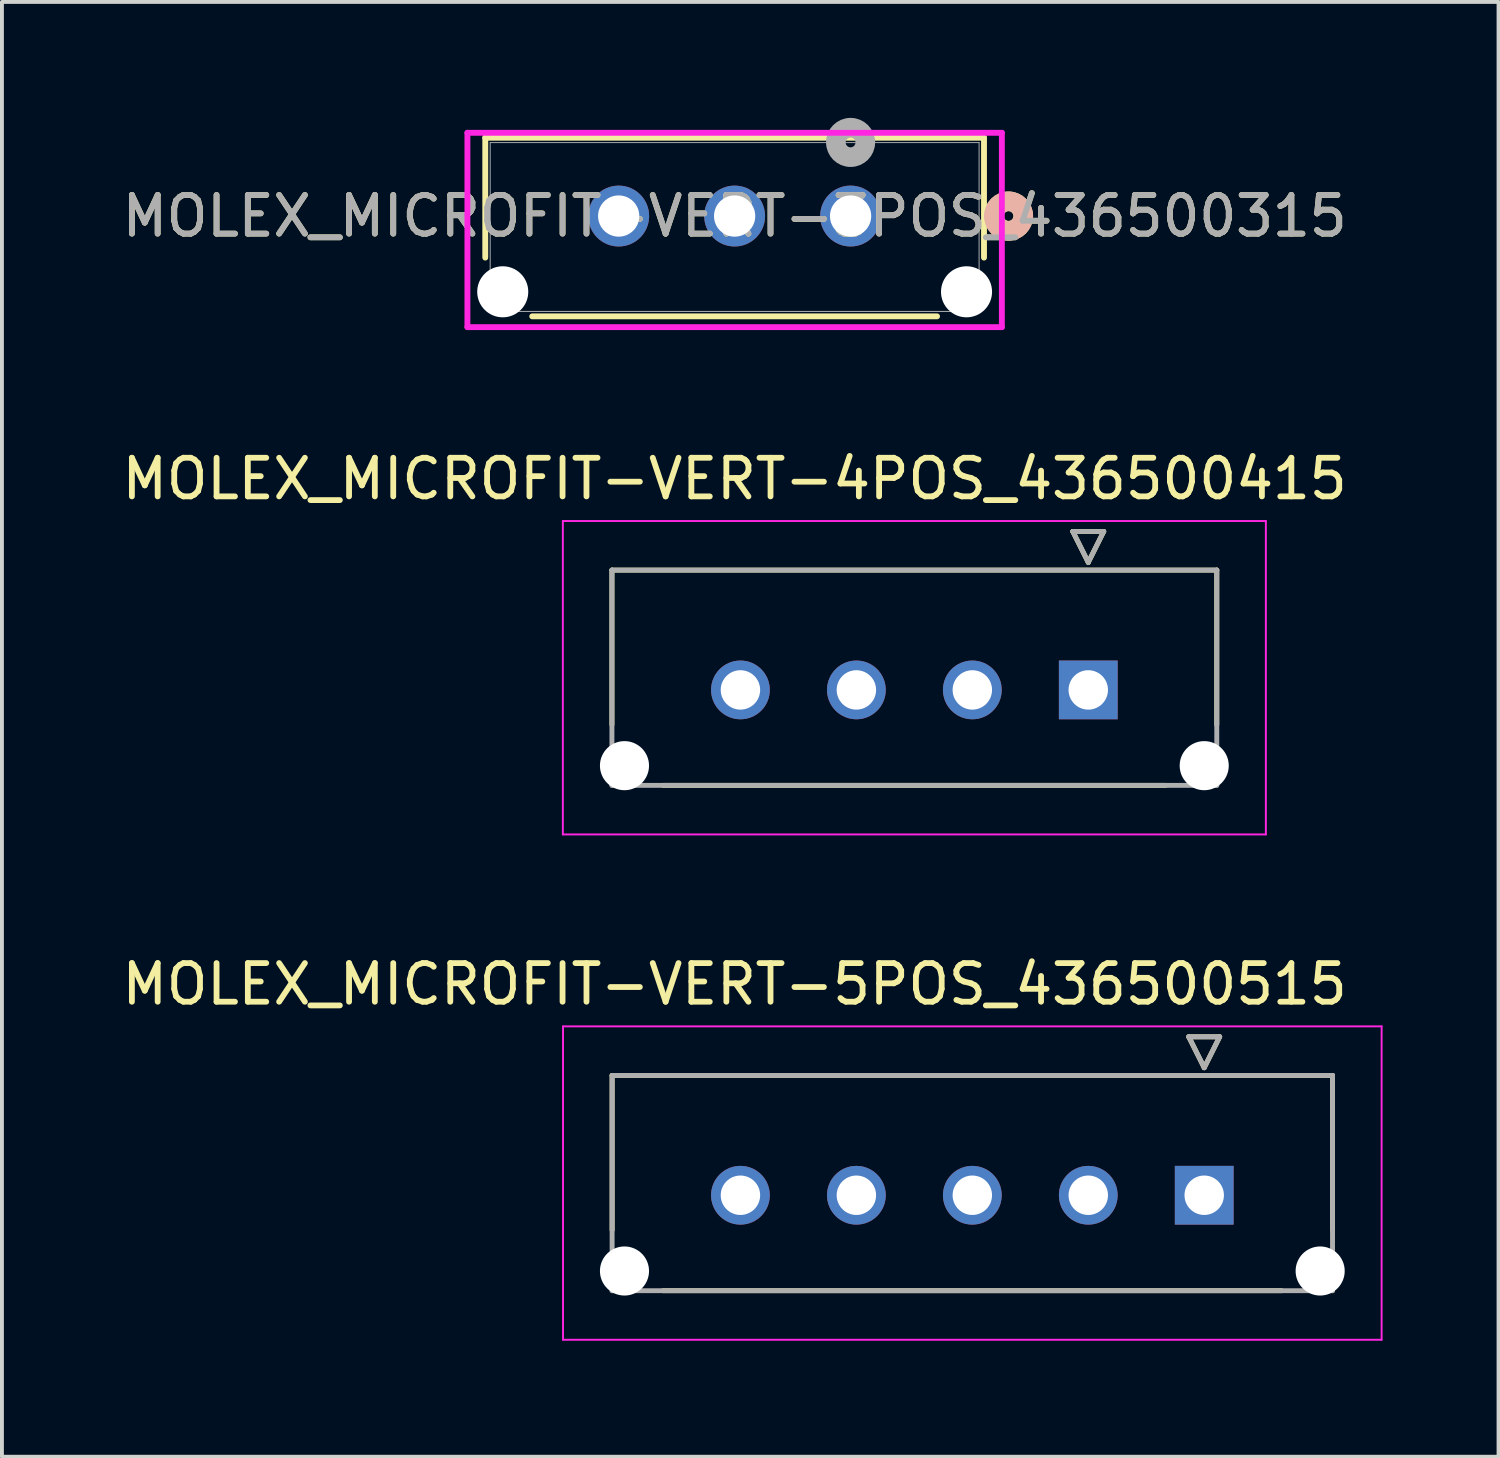
<source format=kicad_pcb>
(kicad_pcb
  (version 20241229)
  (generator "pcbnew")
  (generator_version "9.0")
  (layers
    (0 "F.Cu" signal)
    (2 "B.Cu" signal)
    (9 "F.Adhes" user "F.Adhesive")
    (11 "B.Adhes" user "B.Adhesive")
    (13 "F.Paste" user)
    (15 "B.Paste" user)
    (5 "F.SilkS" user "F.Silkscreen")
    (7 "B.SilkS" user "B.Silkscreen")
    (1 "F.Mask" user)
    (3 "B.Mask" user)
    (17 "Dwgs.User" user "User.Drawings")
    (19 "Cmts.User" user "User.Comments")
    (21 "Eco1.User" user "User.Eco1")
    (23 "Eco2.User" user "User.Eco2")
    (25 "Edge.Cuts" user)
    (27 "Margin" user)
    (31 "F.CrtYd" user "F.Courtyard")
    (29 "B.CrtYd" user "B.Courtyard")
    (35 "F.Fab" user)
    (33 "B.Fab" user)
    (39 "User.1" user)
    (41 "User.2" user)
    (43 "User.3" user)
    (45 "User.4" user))
  (footprint "MOLEX_MICROFIT-VERT-4POS_436500415"
    (layer "F.Cu")
    (at 25.108 14.801)
    (property "Reference" "MOLEX_MICROFIT-VERT-4POS_436500415" (at -9.15 -5.462 0) (layer "F.SilkS") (effects (font (size 1 1) (thickness 0.15))))
    (attr through_hole)
    (fp_circle (center -12 1.96) (end -11.644 1.96) (stroke (width 0.711) (type solid)) (fill no) (layer "F.Mask"))
    (fp_circle (center -9 0) (end -8.582 0) (stroke (width 0.836) (type solid)) (fill no) (layer "F.Mask"))
    (fp_circle (center -6 0) (end -5.582 0) (stroke (width 0.836) (type solid)) (fill no) (layer "F.Mask"))
    (fp_circle (center -3 0) (end -2.582 0) (stroke (width 0.836) (type solid)) (fill no) (layer "F.Mask"))
    (fp_circle (center 3 1.96) (end 3.356 1.96) (stroke (width 0.711) (type solid)) (fill no) (layer "F.Mask"))
    (fp_poly (pts (xy -0.836 -0.836) (xy 0.836 -0.836) (xy 0.836 0.836) (xy -0.836 0.836)) (stroke (width 0.01) (type solid)) (fill yes) (layer "F.Mask"))
    (fp_circle (center -12 1.96) (end -11.644 1.96) (stroke (width 0.711) (type solid)) (fill no) (layer "B.Mask"))
    (fp_circle (center -9 0) (end -8.582 0) (stroke (width 0.836) (type solid)) (fill no) (layer "B.Mask"))
    (fp_circle (center -6 0) (end -5.582 0) (stroke (width 0.836) (type solid)) (fill no) (layer "B.Mask"))
    (fp_circle (center -3 0) (end -2.582 0) (stroke (width 0.836) (type solid)) (fill no) (layer "B.Mask"))
    (fp_circle (center 3 1.96) (end 3.356 1.96) (stroke (width 0.711) (type solid)) (fill no) (layer "B.Mask"))
    (fp_poly (pts (xy -0.836 -0.836) (xy 0.836 -0.836) (xy 0.836 0.836) (xy -0.836 0.836)) (stroke (width 0.01) (type solid)) (fill yes) (layer "B.Mask"))
    (fp_line (start -12.325 -3.1) (end -12.325 0.9) (stroke (width 0.127) (type solid)) (layer "F.SilkS"))
    (fp_line (start -12.325 -3.1) (end 3.325 -3.1) (stroke (width 0.127) (type solid)) (layer "F.SilkS"))
    (fp_line (start -0.4 -4.1) (end 0.4 -4.1) (stroke (width 0.127) (type solid)) (layer "F.SilkS"))
    (fp_line (start 0 -3.3) (end -0.4 -4.1) (stroke (width 0.127) (type solid)) (layer "F.SilkS"))
    (fp_line (start 0.4 -4.1) (end 0 -3.3) (stroke (width 0.127) (type solid)) (layer "F.SilkS"))
    (fp_line (start 2 2.47) (end -11 2.47) (stroke (width 0.127) (type solid)) (layer "F.SilkS"))
    (fp_line (start 3.325 -3.1) (end 3.325 0.9) (stroke (width 0.127) (type solid)) (layer "F.SilkS"))
    (fp_line (start -13.595 -4.37) (end 4.595 -4.37) (stroke (width 0.05) (type solid)) (layer "F.CrtYd"))
    (fp_line (start -13.595 3.74) (end -13.595 -4.37) (stroke (width 0.05) (type solid)) (layer "F.CrtYd"))
    (fp_line (start 4.595 3.74) (end -13.595 3.74) (stroke (width 0.05) (type solid)) (layer "F.CrtYd"))
    (fp_line (start 4.595 3.74) (end 4.595 -4.37) (stroke (width 0.05) (type solid)) (layer "F.CrtYd"))
    (fp_line (start -12.325 -3.1) (end 3.325 -3.1) (stroke (width 0.127) (type solid)) (layer "F.Fab"))
    (fp_line (start -12.325 2.47) (end -12.325 -3.1) (stroke (width 0.127) (type solid)) (layer "F.Fab"))
    (fp_line (start -0.4 -4.1) (end 0.4 -4.1) (stroke (width 0.127) (type solid)) (layer "F.Fab"))
    (fp_line (start 0 -3.3) (end -0.4 -4.1) (stroke (width 0.127) (type solid)) (layer "F.Fab"))
    (fp_line (start 0.4 -4.1) (end 0 -3.3) (stroke (width 0.127) (type solid)) (layer "F.Fab"))
    (fp_line (start 3.325 2.47) (end -12.325 2.47) (stroke (width 0.127) (type solid)) (layer "F.Fab"))
    (fp_line (start 3.325 2.47) (end 3.325 -3.1) (stroke (width 0.127) (type solid)) (layer "F.Fab"))
    (pad "" np_thru_hole circle (at -12 1.96) (size 1.27 1.27) (drill 1.27) (layers "*.Cu" "*.Mask"))
    (pad "" np_thru_hole circle (at 3 1.96) (size 1.27 1.27) (drill 1.27) (layers "*.Cu" "*.Mask"))
    (pad "1" thru_hole rect (at 0 0) (size 1.52 1.52) (drill 1.02) (layers "*.Cu"))
    (pad "2" thru_hole circle (at -3 0) (size 1.52 1.52) (drill 1.02) (layers "*.Cu"))
    (pad "3" thru_hole circle (at -6 0) (size 1.52 1.52) (drill 1.02) (layers "*.Cu"))
    (pad "4" thru_hole circle (at -9 0) (size 1.52 1.52) (drill 1.02) (layers "*.Cu")))
  (footprint "MOLEX_MICROFIT-VERT-5POS_436500515"
    (layer "F.Cu")
    (at 28.108 27.876)
    (property "Reference" "MOLEX_MICROFIT-VERT-5POS_436500515" (at -12.15 -5.462 0) (layer "F.SilkS") (effects (font (size 1 1) (thickness 0.15))))
    (attr through_hole)
    (fp_circle (center -15 1.96) (end -14.644 1.96) (stroke (width 0.711) (type solid)) (fill no) (layer "F.Mask"))
    (fp_circle (center -12 0) (end -11.582 0) (stroke (width 0.836) (type solid)) (fill no) (layer "F.Mask"))
    (fp_circle (center -9 0) (end -8.582 0) (stroke (width 0.836) (type solid)) (fill no) (layer "F.Mask"))
    (fp_circle (center -6 0) (end -5.582 0) (stroke (width 0.836) (type solid)) (fill no) (layer "F.Mask"))
    (fp_circle (center -3 0) (end -2.582 0) (stroke (width 0.836) (type solid)) (fill no) (layer "F.Mask"))
    (fp_circle (center 3 1.96) (end 3.356 1.96) (stroke (width 0.711) (type solid)) (fill no) (layer "F.Mask"))
    (fp_poly (pts (xy -0.836 -0.836) (xy 0.836 -0.836) (xy 0.836 0.836) (xy -0.836 0.836)) (stroke (width 0.01) (type solid)) (fill yes) (layer "F.Mask"))
    (fp_circle (center -15 1.96) (end -14.644 1.96) (stroke (width 0.711) (type solid)) (fill no) (layer "B.Mask"))
    (fp_circle (center -12 0) (end -11.582 0) (stroke (width 0.836) (type solid)) (fill no) (layer "B.Mask"))
    (fp_circle (center -9 0) (end -8.582 0) (stroke (width 0.836) (type solid)) (fill no) (layer "B.Mask"))
    (fp_circle (center -6 0) (end -5.582 0) (stroke (width 0.836) (type solid)) (fill no) (layer "B.Mask"))
    (fp_circle (center -3 0) (end -2.582 0) (stroke (width 0.836) (type solid)) (fill no) (layer "B.Mask"))
    (fp_circle (center 3 1.96) (end 3.356 1.96) (stroke (width 0.711) (type solid)) (fill no) (layer "B.Mask"))
    (fp_poly (pts (xy -0.836 -0.836) (xy 0.836 -0.836) (xy 0.836 0.836) (xy -0.836 0.836)) (stroke (width 0.01) (type solid)) (fill yes) (layer "B.Mask"))
    (fp_line (start -15.32 -3.1) (end -15.32 0.9) (stroke (width 0.127) (type solid)) (layer "F.SilkS"))
    (fp_line (start -15.32 -3.1) (end 3.32 -3.1) (stroke (width 0.127) (type solid)) (layer "F.SilkS"))
    (fp_line (start -0.4 -4.1) (end 0.4 -4.1) (stroke (width 0.127) (type solid)) (layer "F.SilkS"))
    (fp_line (start 0 -3.3) (end -0.4 -4.1) (stroke (width 0.127) (type solid)) (layer "F.SilkS"))
    (fp_line (start 0.4 -4.1) (end 0 -3.3) (stroke (width 0.127) (type solid)) (layer "F.SilkS"))
    (fp_line (start 2 2.47) (end -14 2.47) (stroke (width 0.127) (type solid)) (layer "F.SilkS"))
    (fp_line (start 3.32 -3.1) (end 3.32 0.9) (stroke (width 0.127) (type solid)) (layer "F.SilkS"))
    (fp_line (start -16.59 -4.37) (end 4.59 -4.37) (stroke (width 0.05) (type solid)) (layer "F.CrtYd"))
    (fp_line (start -16.59 3.74) (end -16.59 -4.37) (stroke (width 0.05) (type solid)) (layer "F.CrtYd"))
    (fp_line (start 4.59 3.74) (end -16.59 3.74) (stroke (width 0.05) (type solid)) (layer "F.CrtYd"))
    (fp_line (start 4.59 3.74) (end 4.59 -4.37) (stroke (width 0.05) (type solid)) (layer "F.CrtYd"))
    (fp_line (start -15.32 -3.1) (end 3.32 -3.1) (stroke (width 0.127) (type solid)) (layer "F.Fab"))
    (fp_line (start -15.32 2.47) (end -15.32 -3.1) (stroke (width 0.127) (type solid)) (layer "F.Fab"))
    (fp_line (start -0.4 -4.1) (end 0.4 -4.1) (stroke (width 0.127) (type solid)) (layer "F.Fab"))
    (fp_line (start 0 -3.3) (end -0.4 -4.1) (stroke (width 0.127) (type solid)) (layer "F.Fab"))
    (fp_line (start 0.4 -4.1) (end 0 -3.3) (stroke (width 0.127) (type solid)) (layer "F.Fab"))
    (fp_line (start 3.32 2.47) (end -15.32 2.47) (stroke (width 0.127) (type solid)) (layer "F.Fab"))
    (fp_line (start 3.32 2.47) (end 3.32 -3.1) (stroke (width 0.127) (type solid)) (layer "F.Fab"))
    (pad "" np_thru_hole circle (at -15 1.96) (size 1.27 1.27) (drill 1.27) (layers "*.Cu" "*.Mask"))
    (pad "" np_thru_hole circle (at 3 1.96) (size 1.27 1.27) (drill 1.27) (layers "*.Cu" "*.Mask"))
    (pad "1" thru_hole rect (at 0 0) (size 1.52 1.52) (drill 1.02) (layers "*.Cu"))
    (pad "2" thru_hole circle (at -3 0) (size 1.52 1.52) (drill 1.02) (layers "*.Cu"))
    (pad "3" thru_hole circle (at -6 0) (size 1.52 1.52) (drill 1.02) (layers "*.Cu"))
    (pad "4" thru_hole circle (at -9 0) (size 1.52 1.52) (drill 1.02) (layers "*.Cu"))
    (pad "5" thru_hole circle (at -12 0) (size 1.52 1.52) (drill 1.02) (layers "*.Cu")))
  (footprint "MOLEX_MICROFIT-VERT-3POS_436500315"
    (layer "F.Cu")
    (at 15.958 2.824)
    (property "Reference" "MOLEX_MICROFIT-VERT-3POS_436500315" (at 0 -0.284 0) (unlocked yes) (layer "F.SilkS") (effects (font (size 1 1) (thickness 0.15))))
    (attr through_hole)
    (fp_line (start -6.452 -2.311) (end -6.452 0.791) (stroke (width 0.152) (type solid)) (layer "F.SilkS"))
    (fp_line (start -5.237 2.311) (end 5.237 2.311) (stroke (width 0.152) (type solid)) (layer "F.SilkS"))
    (fp_line (start 6.452 -2.311) (end -6.452 -2.311) (stroke (width 0.152) (type solid)) (layer "F.SilkS"))
    (fp_line (start 6.452 0.791) (end 6.452 -2.311) (stroke (width 0.152) (type solid)) (layer "F.SilkS"))
    (fp_circle (center 7.087 -0.284) (end 7.468 -0.284) (stroke (width 0.508) (type solid)) (fill no) (layer "F.SilkS"))
    (fp_circle (center 7.087 -0.284) (end 7.468 -0.284) (stroke (width 0.508) (type solid)) (fill no) (layer "B.SilkS"))
    (fp_line (start -6.914 -2.438) (end -6.914 2.59) (stroke (width 0.152) (type solid)) (layer "F.CrtYd"))
    (fp_line (start -6.914 2.59) (end 6.914 2.59) (stroke (width 0.152) (type solid)) (layer "F.CrtYd"))
    (fp_line (start 6.914 -2.438) (end -6.914 -2.438) (stroke (width 0.152) (type solid)) (layer "F.CrtYd"))
    (fp_line (start 6.914 2.59) (end 6.914 -2.438) (stroke (width 0.152) (type solid)) (layer "F.CrtYd"))
    (fp_line (start -6.325 -2.184) (end -6.325 2.184) (stroke (width 0.025) (type solid)) (layer "F.Fab"))
    (fp_line (start -6.325 2.184) (end 6.325 2.184) (stroke (width 0.025) (type solid)) (layer "F.Fab"))
    (fp_line (start 6.325 -2.184) (end -6.325 -2.184) (stroke (width 0.025) (type solid)) (layer "F.Fab"))
    (fp_line (start 6.325 2.184) (end 6.325 -2.184) (stroke (width 0.025) (type solid)) (layer "F.Fab"))
    (fp_circle (center 3 -2.189) (end 3.381 -2.189) (stroke (width 0.508) (type solid)) (fill no) (layer "F.Fab"))
    (fp_text user "${REFERENCE}" (at 0 -0.284 0) (unlocked yes) (layer "F.Fab") (effects (font (size 1 1) (thickness 0.15))))
    (pad "" np_thru_hole circle (at -6 1.676) (size 1.321 1.321) (drill 1.321) (layers "*.Cu" "*.Mask"))
    (pad "" np_thru_hole circle (at 6 1.676) (size 1.321 1.321) (drill 1.321) (layers "*.Cu" "*.Mask"))
    (pad "1" thru_hole circle (at 3 -0.284) (size 1.575 1.575) (drill 1.067) (layers "*.Cu" "*.Mask"))
    (pad "2" thru_hole circle (at 0 -0.284) (size 1.575 1.575) (drill 1.067) (layers "*.Cu" "*.Mask"))
    (pad "3" thru_hole circle (at -3 -0.284) (size 1.575 1.575) (drill 1.067) (layers "*.Cu" "*.Mask")))
  (gr_rect
    (start -3 -3)
    (end 35.723 34.641)
    (stroke (width 0.1) (type default))
    (fill no)
    (layer "Edge.Cuts")))
</source>
